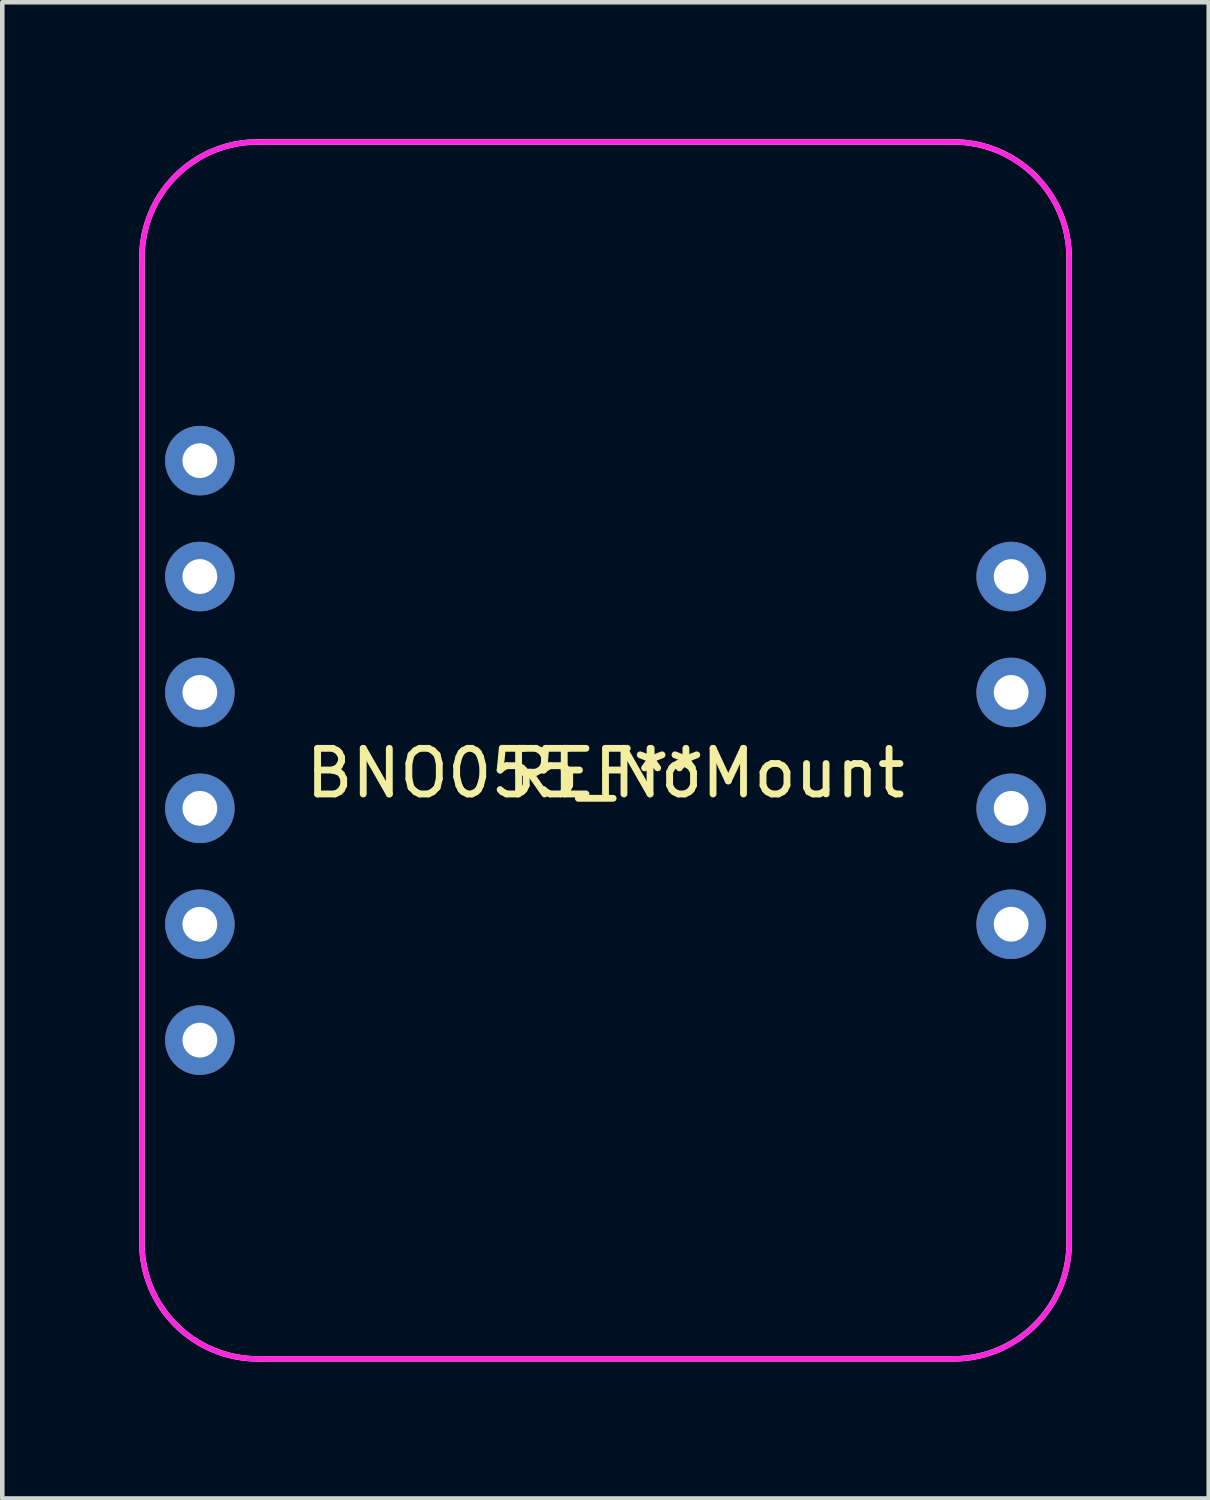
<source format=kicad_pcb>
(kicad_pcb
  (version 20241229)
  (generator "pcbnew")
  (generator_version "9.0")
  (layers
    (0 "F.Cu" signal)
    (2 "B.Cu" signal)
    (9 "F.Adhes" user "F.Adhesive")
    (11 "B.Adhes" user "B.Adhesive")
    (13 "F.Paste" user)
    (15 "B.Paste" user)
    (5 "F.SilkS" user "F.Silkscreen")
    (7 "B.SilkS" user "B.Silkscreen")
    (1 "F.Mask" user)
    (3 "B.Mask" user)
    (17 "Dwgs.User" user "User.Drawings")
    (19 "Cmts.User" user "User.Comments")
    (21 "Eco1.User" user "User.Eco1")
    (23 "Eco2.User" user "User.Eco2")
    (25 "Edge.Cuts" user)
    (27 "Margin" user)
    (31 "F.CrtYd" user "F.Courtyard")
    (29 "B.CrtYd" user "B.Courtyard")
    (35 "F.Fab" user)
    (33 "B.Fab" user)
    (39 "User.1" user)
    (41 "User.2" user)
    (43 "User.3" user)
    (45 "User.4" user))
  (footprint "BNO055_NoMount"
    (layer "F.Cu")
    (at 10.22 13.395)
    (property "Reference" "BNO055_NoMount" (at 0 0.5 0) (layer "F.SilkS") (effects (font (size 1 1) (thickness 0.15))))
    (attr through_hole)
    (fp_line (start -10.16 10.795) (end -10.16 -10.795) (stroke (width 0.12) (type solid)) (layer "F.SilkS"))
    (fp_line (start -7.62 13.335) (end 7.62 13.335) (stroke (width 0.12) (type solid)) (layer "F.SilkS"))
    (fp_line (start 7.62 -13.335) (end -7.62 -13.335) (stroke (width 0.12) (type solid)) (layer "F.SilkS"))
    (fp_line (start 10.16 -10.795) (end 10.16 10.795) (stroke (width 0.12) (type solid)) (layer "F.SilkS"))
    (fp_arc (start -10.16 -10.795) (mid -9.416051 -12.591051) (end -7.62 -13.335) (stroke (width 0.12) (type solid)) (layer "F.SilkS"))
    (fp_arc (start -7.62 13.335) (mid -9.416051 12.591051) (end -10.16 10.795) (stroke (width 0.12) (type solid)) (layer "F.SilkS"))
    (fp_arc (start 7.62 -13.335) (mid 9.416051 -12.591051) (end 10.16 -10.795) (stroke (width 0.12) (type solid)) (layer "F.SilkS"))
    (fp_arc (start 10.16 10.795) (mid 9.416051 12.591051) (end 7.62 13.335) (stroke (width 0.12) (type solid)) (layer "F.SilkS"))
    (fp_line (start -10.16 10.795) (end -10.16 -10.795) (stroke (width 0.12) (type solid)) (layer "F.CrtYd"))
    (fp_line (start -7.62 13.335) (end 7.62 13.335) (stroke (width 0.12) (type solid)) (layer "F.CrtYd"))
    (fp_line (start 7.62 -13.335) (end -7.62 -13.335) (stroke (width 0.12) (type solid)) (layer "F.CrtYd"))
    (fp_line (start 10.16 -10.795) (end 10.16 10.795) (stroke (width 0.12) (type solid)) (layer "F.CrtYd"))
    (fp_arc (start -10.16 -10.795) (mid -9.416051 -12.591051) (end -7.62 -13.335) (stroke (width 0.12) (type solid)) (layer "F.CrtYd"))
    (fp_arc (start -7.62 13.335) (mid -9.416051 12.591051) (end -10.16 10.795) (stroke (width 0.12) (type solid)) (layer "F.CrtYd"))
    (fp_arc (start 7.62 -13.335) (mid 9.416051 -12.591051) (end 10.16 -10.795) (stroke (width 0.12) (type solid)) (layer "F.CrtYd"))
    (fp_arc (start 10.16 10.795) (mid 9.416051 12.591051) (end 7.62 13.335) (stroke (width 0.12) (type solid)) (layer "F.CrtYd"))
    (fp_text user "REF**" (at 0 0.5 0) (layer "F.SilkS") (effects (font (size 1 1) (thickness 0.15))))
    (pad "1" thru_hole circle (at -8.89 -6.35) (size 1.524 1.524) (drill 0.762) (layers "*.Cu" "*.Mask"))
    (pad "2" thru_hole circle (at -8.89 -3.81) (size 1.524 1.524) (drill 0.762) (layers "*.Cu" "*.Mask"))
    (pad "3" thru_hole circle (at -8.89 -1.27) (size 1.524 1.524) (drill 0.762) (layers "*.Cu" "*.Mask"))
    (pad "4" thru_hole circle (at -8.89 1.27) (size 1.524 1.524) (drill 0.762) (layers "*.Cu" "*.Mask"))
    (pad "5" thru_hole circle (at -8.89 3.81) (size 1.524 1.524) (drill 0.762) (layers "*.Cu" "*.Mask"))
    (pad "6" thru_hole circle (at -8.89 6.35) (size 1.524 1.524) (drill 0.762) (layers "*.Cu" "*.Mask"))
    (pad "7" thru_hole circle (at 8.89 -3.81) (size 1.524 1.524) (drill 0.762) (layers "*.Cu" "*.Mask"))
    (pad "8" thru_hole circle (at 8.89 -1.27) (size 1.524 1.524) (drill 0.762) (layers "*.Cu" "*.Mask"))
    (pad "9" thru_hole circle (at 8.89 1.27) (size 1.524 1.524) (drill 0.762) (layers "*.Cu" "*.Mask"))
    (pad "10" thru_hole circle (at 8.89 3.81) (size 1.524 1.524) (drill 0.762) (layers "*.Cu" "*.Mask")))
  (gr_rect
    (start -3 -3)
    (end 23.44 29.79)
    (stroke (width 0.1) (type default))
    (fill no)
    (layer "Edge.Cuts")))
</source>
